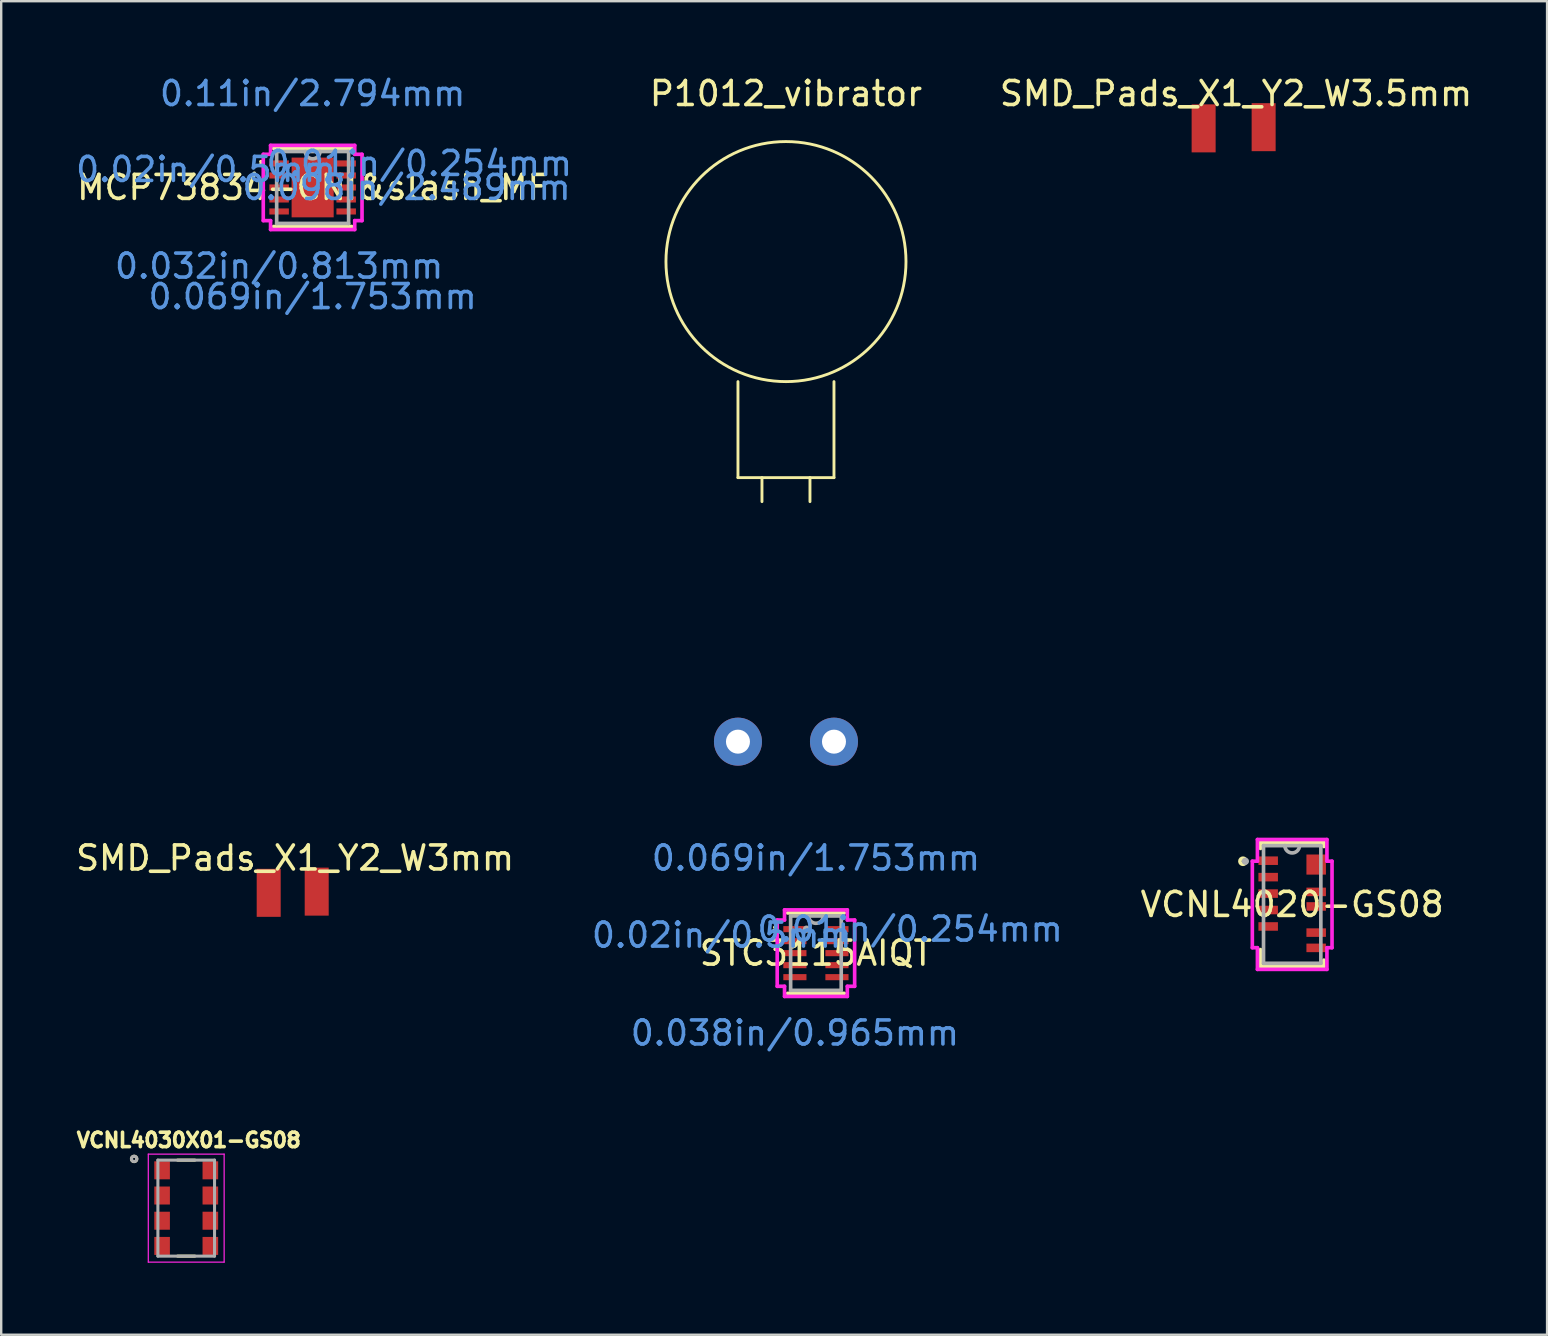
<source format=kicad_pcb>
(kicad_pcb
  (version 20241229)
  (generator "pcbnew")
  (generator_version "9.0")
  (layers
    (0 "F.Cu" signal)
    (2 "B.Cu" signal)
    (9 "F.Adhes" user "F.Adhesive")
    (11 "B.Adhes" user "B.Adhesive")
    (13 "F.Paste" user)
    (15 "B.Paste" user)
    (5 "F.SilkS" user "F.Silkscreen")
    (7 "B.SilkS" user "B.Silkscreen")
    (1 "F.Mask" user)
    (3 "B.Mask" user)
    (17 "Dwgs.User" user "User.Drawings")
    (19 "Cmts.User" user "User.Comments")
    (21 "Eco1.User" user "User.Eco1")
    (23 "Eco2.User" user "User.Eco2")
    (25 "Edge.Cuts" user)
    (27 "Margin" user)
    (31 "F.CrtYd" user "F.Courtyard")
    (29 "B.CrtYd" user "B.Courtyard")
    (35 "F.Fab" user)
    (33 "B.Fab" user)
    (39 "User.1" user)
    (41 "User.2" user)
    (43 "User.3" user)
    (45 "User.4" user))
  (footprint "SMD_Pads_X1_Y2_W3mm"
    (layer "F.Cu")
    (at 9.144 34.096)
    (property "Reference" "SMD_Pads_X1_Y2_W3mm" (at 0.1 -1.4 0) (layer "F.SilkS") (effects (font (size 1 1) (thickness 0.15))))
    (attr through_hole)
    (pad "1" smd rect (at -1 0.05) (size 1 2) (layers "F.Cu" "F.Mask" "F.Paste"))
    (pad "2" smd rect (at 1 0) (size 1 2) (layers "F.Cu" "F.Mask" "F.Paste")))
  (footprint "SMD_Pads_X1_Y2_W3.5mm"
    (layer "F.Cu")
    (at 48.344 2.248)
    (property "Reference" "SMD_Pads_X1_Y2_W3.5mm" (at 0.1 -1.4 0) (layer "F.SilkS") (effects (font (size 1 1) (thickness 0.15))))
    (attr through_hole)
    (pad "1" smd rect (at -1.25 0.05) (size 1 2) (layers "F.Cu" "F.Mask" "F.Paste"))
    (pad "2" smd rect (at 1.25 0) (size 1 2) (layers "F.Cu" "F.Mask" "F.Paste")))
  (footprint "VCNL4030X01-GS08"
    (layer "F.Cu")
    (at 4.708 47.281)
    (property "Reference" "VCNL4030X01-GS08" (at 0.108 -2.832 0) (layer "F.SilkS") (effects (font (size 0.601 0.601) (thickness 0.15))))
    (attr smd)
    (fp_line (start -0.36 2) (end 0.36 2) (stroke (width 0.127) (type solid)) (layer "F.SilkS"))
    (fp_line (start 0.36 -2) (end -0.36 -2) (stroke (width 0.127) (type solid)) (layer "F.SilkS"))
    (fp_circle (center -2.17 -2.05) (end -2.12 -2.05) (stroke (width 0.127) (type solid)) (fill no) (layer "F.SilkS"))
    (fp_line (start -1.58 -2.25) (end 1.58 -2.25) (stroke (width 0.05) (type solid)) (layer "F.CrtYd"))
    (fp_line (start -1.58 2.25) (end -1.58 -2.25) (stroke (width 0.05) (type solid)) (layer "F.CrtYd"))
    (fp_line (start 1.58 -2.25) (end 1.58 2.25) (stroke (width 0.05) (type solid)) (layer "F.CrtYd"))
    (fp_line (start 1.58 2.25) (end -1.58 2.25) (stroke (width 0.05) (type solid)) (layer "F.CrtYd"))
    (fp_line (start -1.18 -2) (end -1.18 2) (stroke (width 0.127) (type solid)) (layer "F.Fab"))
    (fp_line (start -1.18 2) (end 1.18 2) (stroke (width 0.127) (type solid)) (layer "F.Fab"))
    (fp_line (start 1.18 -2) (end -1.18 -2) (stroke (width 0.127) (type solid)) (layer "F.Fab"))
    (fp_line (start 1.18 2) (end 1.18 -2) (stroke (width 0.127) (type solid)) (layer "F.Fab"))
    (fp_circle (center -2.17 -2.05) (end -2.12 -2.05) (stroke (width 0.127) (type solid)) (fill no) (layer "F.Fab"))
    (pad "1" smd rect (at -1.005 -1.575) (size 0.65 0.75) (layers "F.Cu" "F.Mask" "F.Paste"))
    (pad "2" smd rect (at -1.005 -0.525) (size 0.65 0.75) (layers "F.Cu" "F.Mask" "F.Paste"))
    (pad "3" smd rect (at -1.005 0.525) (size 0.65 0.75) (layers "F.Cu" "F.Mask" "F.Paste"))
    (pad "4" smd rect (at -1.005 1.575) (size 0.65 0.75) (layers "F.Cu" "F.Mask" "F.Paste"))
    (pad "5" smd rect (at 1.005 1.575) (size 0.65 0.75) (layers "F.Cu" "F.Mask" "F.Paste"))
    (pad "6" smd rect (at 1.005 0.525) (size 0.65 0.75) (layers "F.Cu" "F.Mask" "F.Paste"))
    (pad "7" smd rect (at 1.005 -0.525) (size 0.65 0.75) (layers "F.Cu" "F.Mask" "F.Paste"))
    (pad "8" smd rect (at 1.005 -1.575) (size 0.65 0.75) (layers "F.Cu" "F.Mask" "F.Paste")))
  (footprint "MCP73834-CNI&slash_MF"
    (layer "F.Cu")
    (at 9.975 4.76)
    (property "Reference" "MCP73834-CNI&slash_MF" (at 0 0 0) (layer "F.SilkS") (effects (font (size 1 1) (thickness 0.15))))
    (attr through_hole)
    (fp_line (start -1.626 1.626) (end 1.626 1.626) (stroke (width 0.152) (type solid)) (layer "F.SilkS"))
    (fp_line (start 1.626 -1.626) (end -1.626 -1.626) (stroke (width 0.152) (type solid)) (layer "F.SilkS"))
    (fp_arc (start -2.155 -1.0762) (mid -2.081171 -0.98114) (end -2.191546 -0.933136) (stroke (width 0.1524) (type solid)) (layer "F.SilkS"))
    (fp_line (start -2.057 -1.381) (end -1.753 -1.381) (stroke (width 0.152) (type solid)) (layer "F.CrtYd"))
    (fp_line (start -2.057 1.381) (end -2.057 -1.381) (stroke (width 0.152) (type solid)) (layer "F.CrtYd"))
    (fp_line (start -2.057 1.381) (end -1.753 1.381) (stroke (width 0.152) (type solid)) (layer "F.CrtYd"))
    (fp_line (start -1.753 -1.753) (end 1.753 -1.753) (stroke (width 0.152) (type solid)) (layer "F.CrtYd"))
    (fp_line (start -1.753 -1.381) (end -1.753 -1.753) (stroke (width 0.152) (type solid)) (layer "F.CrtYd"))
    (fp_line (start -1.753 1.753) (end -1.753 1.381) (stroke (width 0.152) (type solid)) (layer "F.CrtYd"))
    (fp_line (start 1.753 -1.753) (end 1.753 -1.381) (stroke (width 0.152) (type solid)) (layer "F.CrtYd"))
    (fp_line (start 1.753 1.381) (end 1.753 1.753) (stroke (width 0.152) (type solid)) (layer "F.CrtYd"))
    (fp_line (start 1.753 1.753) (end -1.753 1.753) (stroke (width 0.152) (type solid)) (layer "F.CrtYd"))
    (fp_line (start 2.057 -1.381) (end 1.753 -1.381) (stroke (width 0.152) (type solid)) (layer "F.CrtYd"))
    (fp_line (start 2.057 -1.381) (end 2.057 1.381) (stroke (width 0.152) (type solid)) (layer "F.CrtYd"))
    (fp_line (start 2.057 1.381) (end 1.753 1.381) (stroke (width 0.152) (type solid)) (layer "F.CrtYd"))
    (fp_line (start -1.499 -1.499) (end -1.499 1.499) (stroke (width 0.152) (type solid)) (layer "F.Fab"))
    (fp_line (start -1.499 1.499) (end 1.499 1.499) (stroke (width 0.152) (type solid)) (layer "F.Fab"))
    (fp_line (start 1.499 -1.499) (end -1.499 -1.499) (stroke (width 0.152) (type solid)) (layer "F.Fab"))
    (fp_line (start 1.499 1.499) (end 1.499 -1.499) (stroke (width 0.152) (type solid)) (layer "F.Fab"))
    (fp_arc (start 0.3048 -1.4986) (mid 0 -1.1938) (end -0.3048 -1.4986) (stroke (width 0.1524) (type solid)) (layer "F.Fab"))
    (fp_text user "Copyright 2016 Accelerated Designs. All rights reserved." (at 0 0 0) (layer "Cmts.User") (effects (font (size 0.127 0.127) (thickness 0.002))))
    (fp_text user "0.11in/2.794mm" (at 0 -3.912 0) (layer "Cmts.User") (effects (font (size 1 1) (thickness 0.15))))
    (fp_text user "0.098in/2.489mm" (at 3.912 0 0) (layer "Cmts.User") (effects (font (size 1 1) (thickness 0.15))))
    (fp_text user "0.01in/0.254mm" (at 4.445 -1 0) (layer "Cmts.User") (effects (font (size 1 1) (thickness 0.15))))
    (fp_text user "0.069in/1.753mm" (at 0 4.547 0) (layer "Cmts.User") (effects (font (size 1 1) (thickness 0.15))))
    (fp_text user "0.032in/0.813mm" (at -1.397 3.277 0) (layer "Cmts.User") (effects (font (size 1 1) (thickness 0.15))))
    (fp_text user "0.02in/0.5mm" (at -4.445 -0.75 0) (layer "Cmts.User") (effects (font (size 1 1) (thickness 0.15))))
    (pad "1" smd rect (at -1.397 -1) (size 0.813 0.254) (layers "F.Cu" "F.Mask" "F.Paste"))
    (pad "2" smd rect (at -1.397 -0.5) (size 0.813 0.254) (layers "F.Cu" "F.Mask" "F.Paste"))
    (pad "3" smd rect (at -1.397 0) (size 0.813 0.254) (layers "F.Cu" "F.Mask" "F.Paste"))
    (pad "4" smd rect (at -1.397 0.5) (size 0.813 0.254) (layers "F.Cu" "F.Mask" "F.Paste"))
    (pad "5" smd rect (at -1.397 1) (size 0.813 0.254) (layers "F.Cu" "F.Mask" "F.Paste"))
    (pad "6" smd rect (at 1.397 1) (size 0.813 0.254) (layers "F.Cu" "F.Mask" "F.Paste"))
    (pad "7" smd rect (at 1.397 0.5) (size 0.813 0.254) (layers "F.Cu" "F.Mask" "F.Paste"))
    (pad "8" smd rect (at 1.397 0) (size 0.813 0.254) (layers "F.Cu" "F.Mask" "F.Paste"))
    (pad "9" smd rect (at 1.397 -0.5) (size 0.813 0.254) (layers "F.Cu" "F.Mask" "F.Paste"))
    (pad "10" smd rect (at 1.397 -1) (size 0.813 0.254) (layers "F.Cu" "F.Mask" "F.Paste"))
    (pad "11" smd rect (at 0 0) (size 1.753 2.489) (layers "F.Cu" "F.Mask" "F.Paste")))
  (footprint "P1012_vibrator"
    (layer "F.Cu")
    (at 29.694 7.848)
    (property "Reference" "P1012_vibrator" (at 0 -7 0) (layer "F.SilkS") (effects (font (size 1 1) (thickness 0.15))))
    (attr through_hole)
    (fp_line (start -2 5) (end -2 9) (stroke (width 0.12) (type solid)) (layer "F.SilkS"))
    (fp_line (start -2 9) (end 2 9) (stroke (width 0.12) (type solid)) (layer "F.SilkS"))
    (fp_line (start -1 10) (end -1 9) (stroke (width 0.12) (type solid)) (layer "F.SilkS"))
    (fp_line (start 1 9) (end 1 10) (stroke (width 0.12) (type solid)) (layer "F.SilkS"))
    (fp_line (start 2 9) (end 2 5) (stroke (width 0.12) (type solid)) (layer "F.SilkS"))
    (fp_circle (center 0 0) (end 5 0) (stroke (width 0.12) (type solid)) (fill no) (layer "F.SilkS"))
    (pad "1" thru_hole circle (at 2 20) (size 2 2) (drill 1) (layers "*.Cu" "*.Mask"))
    (pad "2" thru_hole circle (at -2 20) (size 2 2) (drill 1) (layers "*.Cu" "*.Mask")))
  (footprint "STC3115AIQT"
    (layer "F.Cu")
    (at 30.942 36.659)
    (property "Reference" "STC3115AIQT" (at 0 0 0) (layer "F.SilkS") (effects (font (size 1 1) (thickness 0.15))))
    (attr through_hole)
    (fp_line (start -1.181 1.676) (end 1.181 1.676) (stroke (width 0.152) (type solid)) (layer "F.SilkS"))
    (fp_line (start 1.181 -1.676) (end -1.181 -1.676) (stroke (width 0.152) (type solid)) (layer "F.SilkS"))
    (fp_arc (start -1.7105 -1.0762) (mid -1.636671 -0.98114) (end -1.747046 -0.933136) (stroke (width 0.1524) (type solid)) (layer "F.SilkS"))
    (fp_line (start -1.613 -1.381) (end -1.308 -1.381) (stroke (width 0.152) (type solid)) (layer "F.CrtYd"))
    (fp_line (start -1.613 1.381) (end -1.613 -1.381) (stroke (width 0.152) (type solid)) (layer "F.CrtYd"))
    (fp_line (start -1.613 1.381) (end -1.308 1.381) (stroke (width 0.152) (type solid)) (layer "F.CrtYd"))
    (fp_line (start -1.308 -1.803) (end 1.308 -1.803) (stroke (width 0.152) (type solid)) (layer "F.CrtYd"))
    (fp_line (start -1.308 -1.381) (end -1.308 -1.803) (stroke (width 0.152) (type solid)) (layer "F.CrtYd"))
    (fp_line (start -1.308 1.803) (end -1.308 1.381) (stroke (width 0.152) (type solid)) (layer "F.CrtYd"))
    (fp_line (start 1.308 -1.803) (end 1.308 -1.381) (stroke (width 0.152) (type solid)) (layer "F.CrtYd"))
    (fp_line (start 1.308 1.381) (end 1.308 1.803) (stroke (width 0.152) (type solid)) (layer "F.CrtYd"))
    (fp_line (start 1.308 1.803) (end -1.308 1.803) (stroke (width 0.152) (type solid)) (layer "F.CrtYd"))
    (fp_line (start 1.613 -1.381) (end 1.308 -1.381) (stroke (width 0.152) (type solid)) (layer "F.CrtYd"))
    (fp_line (start 1.613 -1.381) (end 1.613 1.381) (stroke (width 0.152) (type solid)) (layer "F.CrtYd"))
    (fp_line (start 1.613 1.381) (end 1.308 1.381) (stroke (width 0.152) (type solid)) (layer "F.CrtYd"))
    (fp_line (start -1.054 -1.549) (end -1.054 1.549) (stroke (width 0.152) (type solid)) (layer "F.Fab"))
    (fp_line (start -1.054 1.549) (end 1.054 1.549) (stroke (width 0.152) (type solid)) (layer "F.Fab"))
    (fp_line (start 1.054 -1.549) (end -1.054 -1.549) (stroke (width 0.152) (type solid)) (layer "F.Fab"))
    (fp_line (start 1.054 1.549) (end 1.054 -1.549) (stroke (width 0.152) (type solid)) (layer "F.Fab"))
    (fp_arc (start 0.3048 -1.5494) (mid 0 -1.2446) (end -0.3048 -1.5494) (stroke (width 0.1524) (type solid)) (layer "F.Fab"))
    (fp_circle (center -0.394 -1) (end -0.318 -1) (stroke (width 0.152) (type solid)) (fill no) (layer "F.Fab"))
    (fp_text user "0.02in/0.5mm" (at -3.924 -0.75 0) (layer "Cmts.User") (effects (font (size 1 1) (thickness 0.15))))
    (fp_text user "0.01in/0.254mm" (at 3.924 -1 0) (layer "Cmts.User") (effects (font (size 1 1) (thickness 0.15))))
    (fp_text user "0.069in/1.753mm" (at 0 -3.962 0) (layer "Cmts.User") (effects (font (size 1 1) (thickness 0.15))))
    (fp_text user "0.038in/0.965mm" (at -0.876 3.327 0) (layer "Cmts.User") (effects (font (size 1 1) (thickness 0.15))))
    (fp_text user "Copyright 2016 Accelerated Designs. All rights reserved." (at 0 0 0) (layer "Cmts.User") (effects (font (size 0.127 0.127) (thickness 0.002))))
    (pad "1" smd rect (at -0.813 -1) (size 1.092 0.254) (layers "F.Cu" "F.Mask" "F.Paste"))
    (pad "2" smd rect (at -0.876 -0.5) (size 0.965 0.254) (layers "F.Cu" "F.Mask" "F.Paste"))
    (pad "3" smd rect (at -0.876 0) (size 0.965 0.254) (layers "F.Cu" "F.Mask" "F.Paste"))
    (pad "4" smd rect (at -0.876 0.5) (size 0.965 0.254) (layers "F.Cu" "F.Mask" "F.Paste"))
    (pad "5" smd rect (at -0.876 1) (size 0.965 0.254) (layers "F.Cu" "F.Mask" "F.Paste"))
    (pad "6" smd rect (at 0.876 1) (size 0.965 0.254) (layers "F.Cu" "F.Mask" "F.Paste"))
    (pad "7" smd rect (at 0.876 0.5) (size 0.965 0.254) (layers "F.Cu" "F.Mask" "F.Paste"))
    (pad "8" smd rect (at 0.876 0) (size 0.965 0.254) (layers "F.Cu" "F.Mask" "F.Paste"))
    (pad "9" smd rect (at 0.876 -0.5) (size 0.965 0.254) (layers "F.Cu" "F.Mask" "F.Paste"))
    (pad "10" smd rect (at 0.876 -1) (size 0.965 0.254) (layers "F.Cu" "F.Mask" "F.Paste")))
  (footprint "VCNL4020-GS08"
    (layer "F.Cu")
    (at 50.783 34.63)
    (property "Reference" "VCNL4020-GS08" (at 0 0 0) (layer "F.SilkS") (effects (font (size 1 1) (thickness 0.15))))
    (attr through_hole)
    (fp_line (start -1.321 -2.578) (end -1.321 -2.334) (stroke (width 0.152) (type solid)) (layer "F.SilkS"))
    (fp_line (start -1.321 1.881) (end -1.321 2.578) (stroke (width 0.152) (type solid)) (layer "F.SilkS"))
    (fp_line (start -1.321 2.578) (end 1.321 2.578) (stroke (width 0.152) (type solid)) (layer "F.SilkS"))
    (fp_line (start 1.321 -2.578) (end -1.321 -2.578) (stroke (width 0.152) (type solid)) (layer "F.SilkS"))
    (fp_line (start 1.321 -2.414) (end 1.321 -2.578) (stroke (width 0.152) (type solid)) (layer "F.SilkS"))
    (fp_line (start 1.321 2.578) (end 1.321 2.32) (stroke (width 0.152) (type solid)) (layer "F.SilkS"))
    (fp_circle (center -2.05 -1.8) (end -1.923 -1.8) (stroke (width 0.152) (type solid)) (fill no) (layer "F.SilkS"))
    (fp_line (start -1.66 -1.802) (end -1.448 -1.802) (stroke (width 0.152) (type solid)) (layer "F.CrtYd"))
    (fp_line (start -1.66 1.802) (end -1.66 -1.802) (stroke (width 0.152) (type solid)) (layer "F.CrtYd"))
    (fp_line (start -1.66 1.802) (end -1.448 1.802) (stroke (width 0.152) (type solid)) (layer "F.CrtYd"))
    (fp_line (start -1.448 -2.705) (end 1.448 -2.705) (stroke (width 0.152) (type solid)) (layer "F.CrtYd"))
    (fp_line (start -1.448 -1.802) (end -1.448 -2.705) (stroke (width 0.152) (type solid)) (layer "F.CrtYd"))
    (fp_line (start -1.448 2.705) (end -1.448 1.802) (stroke (width 0.152) (type solid)) (layer "F.CrtYd"))
    (fp_line (start 1.448 -2.705) (end 1.448 -1.802) (stroke (width 0.152) (type solid)) (layer "F.CrtYd"))
    (fp_line (start 1.448 1.802) (end 1.448 2.705) (stroke (width 0.152) (type solid)) (layer "F.CrtYd"))
    (fp_line (start 1.448 2.705) (end -1.448 2.705) (stroke (width 0.152) (type solid)) (layer "F.CrtYd"))
    (fp_line (start 1.66 -1.802) (end 1.448 -1.802) (stroke (width 0.152) (type solid)) (layer "F.CrtYd"))
    (fp_line (start 1.66 -1.802) (end 1.66 1.802) (stroke (width 0.152) (type solid)) (layer "F.CrtYd"))
    (fp_line (start 1.66 1.802) (end 1.448 1.802) (stroke (width 0.152) (type solid)) (layer "F.CrtYd"))
    (fp_line (start -1.194 -2.451) (end -1.194 2.451) (stroke (width 0.152) (type solid)) (layer "F.Fab"))
    (fp_line (start -1.194 2.451) (end 1.194 2.451) (stroke (width 0.152) (type solid)) (layer "F.Fab"))
    (fp_line (start 1.194 -2.451) (end -1.194 -2.451) (stroke (width 0.152) (type solid)) (layer "F.Fab"))
    (fp_line (start 1.194 2.451) (end 1.194 -2.451) (stroke (width 0.152) (type solid)) (layer "F.Fab"))
    (fp_arc (start 0.3048 -2.4511) (mid 0 -2.1463) (end -0.3048 -2.4511) (stroke (width 0.1524) (type solid)) (layer "F.Fab"))
    (fp_circle (center -1.95 -1.8) (end -1.874 -1.8) (stroke (width 0.152) (type solid)) (fill no) (layer "F.Fab"))
    (fp_text user "Copyright 2016 Accelerated Designs. All rights reserved." (at 0 0 0) (layer "Cmts.User") (effects (font (size 0.127 0.127) (thickness 0.002))))
    (pad "1" smd rect (at -1 -1.823) (size 0.813 0.356) (layers "F.Cu" "F.Mask" "F.Paste"))
    (pad "2" smd rect (at -1 -1.138) (size 0.813 0.356) (layers "F.Cu" "F.Mask" "F.Paste"))
    (pad "3" smd rect (at -1 -0.453) (size 0.813 0.356) (layers "F.Cu" "F.Mask" "F.Paste"))
    (pad "4" smd rect (at -1 0.232) (size 0.813 0.356) (layers "F.Cu" "F.Mask" "F.Paste"))
    (pad "5" smd rect (at -1 0.917) (size 0.813 0.356) (layers "F.Cu" "F.Mask" "F.Paste"))
    (pad "6" smd rect (at 1 1.809) (size 0.813 0.356) (layers "F.Cu" "F.Mask" "F.Paste"))
    (pad "7" smd rect (at 1 1.173) (size 0.813 0.356) (layers "F.Cu" "F.Mask" "F.Paste"))
    (pad "8" smd rect (at 1 0.083) (size 0.813 0.356) (layers "F.Cu" "F.Mask" "F.Paste"))
    (pad "9" smd rect (at 1 -0.523) (size 0.813 0.356) (layers "F.Cu" "F.Mask" "F.Paste"))
    (pad "10" smd rect (at 1 -1.662) (size 0.813 0.838) (layers "F.Cu" "F.Mask" "F.Paste")))
  (gr_rect
    (start -3 -3)
    (end 61.402 52.556)
    (stroke (width 0.1) (type default))
    (fill no)
    (layer "Edge.Cuts")))
</source>
